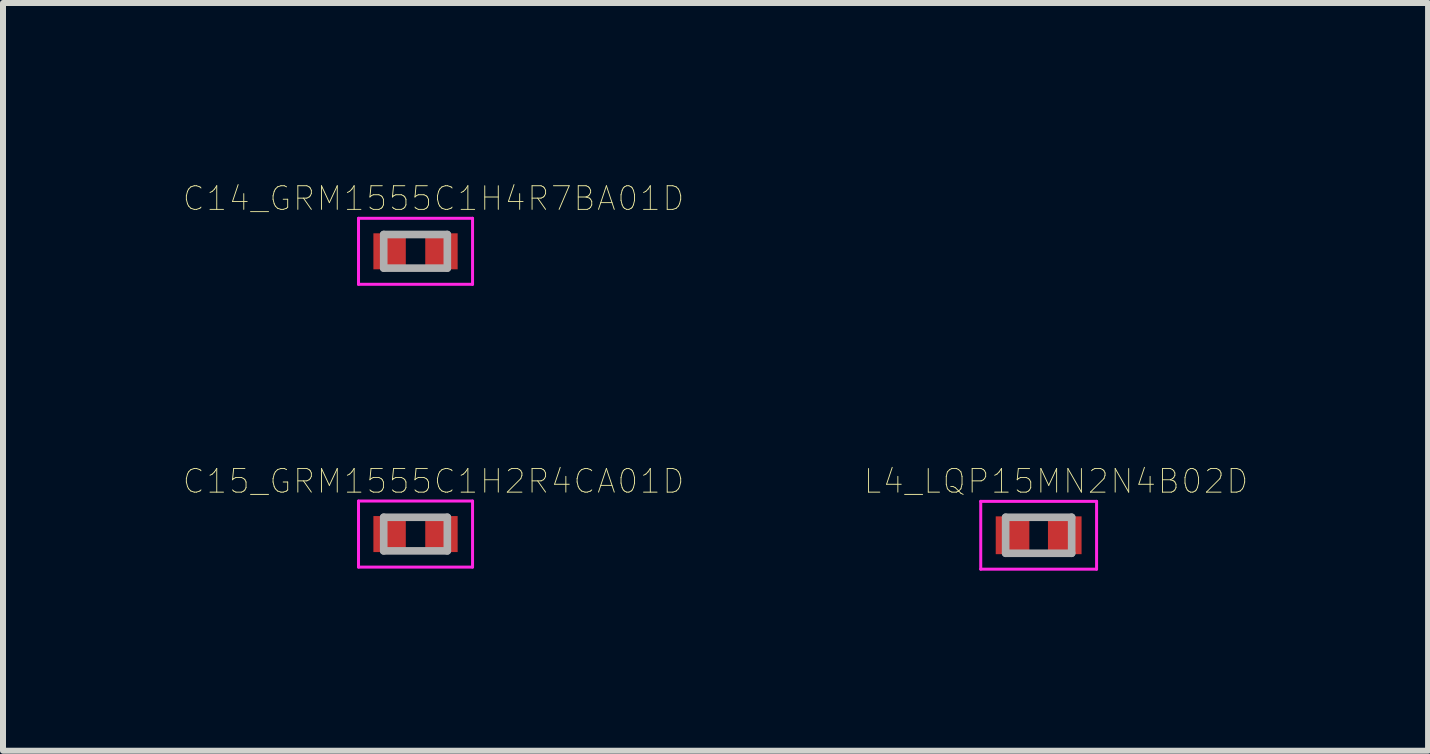
<source format=kicad_pcb>
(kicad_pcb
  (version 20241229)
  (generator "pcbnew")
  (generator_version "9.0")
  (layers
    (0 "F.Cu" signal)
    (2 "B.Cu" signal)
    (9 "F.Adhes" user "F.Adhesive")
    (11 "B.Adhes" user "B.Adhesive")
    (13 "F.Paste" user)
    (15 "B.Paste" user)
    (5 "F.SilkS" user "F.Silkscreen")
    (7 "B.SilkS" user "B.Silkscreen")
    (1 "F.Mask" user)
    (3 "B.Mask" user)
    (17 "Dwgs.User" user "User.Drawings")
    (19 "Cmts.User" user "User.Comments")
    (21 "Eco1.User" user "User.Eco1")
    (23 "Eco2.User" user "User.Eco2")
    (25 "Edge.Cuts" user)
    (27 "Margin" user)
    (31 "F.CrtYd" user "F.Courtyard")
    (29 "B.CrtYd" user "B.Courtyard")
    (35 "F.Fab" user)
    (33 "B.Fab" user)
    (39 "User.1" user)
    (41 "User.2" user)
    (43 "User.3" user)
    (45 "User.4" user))
  (footprint "C14_GRM1555C1H4R7BA01D"
    (layer "F.Cu")
    (at 3.873 1.137)
    (property "Reference" "C14_GRM1555C1H4R7BA01D" (at 0.3 -0.88 0) (layer "F.SilkS") (effects (font (size 0.394 0.394) (thickness 0.015))))
    (attr through_hole)
    (fp_line (start -0.95 -0.55) (end 0.95 -0.55) (stroke (width 0.05) (type solid)) (layer "F.CrtYd"))
    (fp_line (start -0.95 0.55) (end -0.95 -0.55) (stroke (width 0.05) (type solid)) (layer "F.CrtYd"))
    (fp_line (start -0.95 0.55) (end 0.95 0.55) (stroke (width 0.05) (type solid)) (layer "F.CrtYd"))
    (fp_line (start 0.95 0.55) (end 0.95 -0.55) (stroke (width 0.05) (type solid)) (layer "F.CrtYd"))
    (fp_line (start -0.53 0.28) (end -0.53 -0.28) (stroke (width 0.127) (type solid)) (layer "F.Fab"))
    (fp_line (start 0.53 -0.28) (end -0.53 -0.28) (stroke (width 0.127) (type solid)) (layer "F.Fab"))
    (fp_line (start 0.53 0.28) (end -0.53 0.28) (stroke (width 0.127) (type solid)) (layer "F.Fab"))
    (fp_line (start 0.53 0.28) (end 0.53 -0.28) (stroke (width 0.127) (type solid)) (layer "F.Fab"))
    (pad "1" smd rect (at -0.432 0) (size 0.54 0.6) (layers "F.Cu" "F.Mask" "F.Paste"))
    (pad "2" smd rect (at 0.432 0) (size 0.54 0.6) (layers "F.Cu" "F.Mask" "F.Paste")))
  (footprint "L4_LQP15MN2N4B02D"
    (layer "F.Cu")
    (at 14.255 5.868)
    (property "Reference" "L4_LQP15MN2N4B02D" (at 0.29 -0.9 0) (layer "F.SilkS") (effects (font (size 0.394 0.394) (thickness 0.015))))
    (attr through_hole)
    (fp_line (start -0.965 -0.565) (end 0.965 -0.565) (stroke (width 0.05) (type solid)) (layer "F.CrtYd"))
    (fp_line (start -0.965 0.565) (end -0.965 -0.565) (stroke (width 0.05) (type solid)) (layer "F.CrtYd"))
    (fp_line (start -0.965 0.565) (end 0.965 0.565) (stroke (width 0.05) (type solid)) (layer "F.CrtYd"))
    (fp_line (start 0.965 0.565) (end 0.965 -0.565) (stroke (width 0.05) (type solid)) (layer "F.CrtYd"))
    (fp_line (start -0.55 0.3) (end -0.55 -0.3) (stroke (width 0.127) (type solid)) (layer "F.Fab"))
    (fp_line (start 0.55 -0.3) (end -0.55 -0.3) (stroke (width 0.127) (type solid)) (layer "F.Fab"))
    (fp_line (start 0.55 0.3) (end -0.55 0.3) (stroke (width 0.127) (type solid)) (layer "F.Fab"))
    (fp_line (start 0.55 0.3) (end 0.55 -0.3) (stroke (width 0.127) (type solid)) (layer "F.Fab"))
    (pad "1" smd rect (at -0.435 0) (size 0.56 0.63) (layers "F.Cu" "F.Mask" "F.Paste"))
    (pad "2" smd rect (at 0.435 0) (size 0.56 0.63) (layers "F.Cu" "F.Mask" "F.Paste")))
  (footprint "C15_GRM1555C1H2R4CA01D"
    (layer "F.Cu")
    (at 3.873 5.848)
    (property "Reference" "C15_GRM1555C1H2R4CA01D" (at 0.3 -0.88 0) (layer "F.SilkS") (effects (font (size 0.394 0.394) (thickness 0.015))))
    (attr through_hole)
    (fp_line (start -0.95 -0.55) (end 0.95 -0.55) (stroke (width 0.05) (type solid)) (layer "F.CrtYd"))
    (fp_line (start -0.95 0.55) (end -0.95 -0.55) (stroke (width 0.05) (type solid)) (layer "F.CrtYd"))
    (fp_line (start -0.95 0.55) (end 0.95 0.55) (stroke (width 0.05) (type solid)) (layer "F.CrtYd"))
    (fp_line (start 0.95 0.55) (end 0.95 -0.55) (stroke (width 0.05) (type solid)) (layer "F.CrtYd"))
    (fp_line (start -0.53 0.28) (end -0.53 -0.28) (stroke (width 0.127) (type solid)) (layer "F.Fab"))
    (fp_line (start 0.53 -0.28) (end -0.53 -0.28) (stroke (width 0.127) (type solid)) (layer "F.Fab"))
    (fp_line (start 0.53 0.28) (end -0.53 0.28) (stroke (width 0.127) (type solid)) (layer "F.Fab"))
    (fp_line (start 0.53 0.28) (end 0.53 -0.28) (stroke (width 0.127) (type solid)) (layer "F.Fab"))
    (pad "1" smd rect (at -0.432 0) (size 0.54 0.6) (layers "F.Cu" "F.Mask" "F.Paste"))
    (pad "2" smd rect (at 0.432 0) (size 0.54 0.6) (layers "F.Cu" "F.Mask" "F.Paste")))
  (gr_rect
    (start -3 -3)
    (end 20.743 9.458)
    (stroke (width 0.1) (type default))
    (fill no)
    (layer "Edge.Cuts")))
</source>
